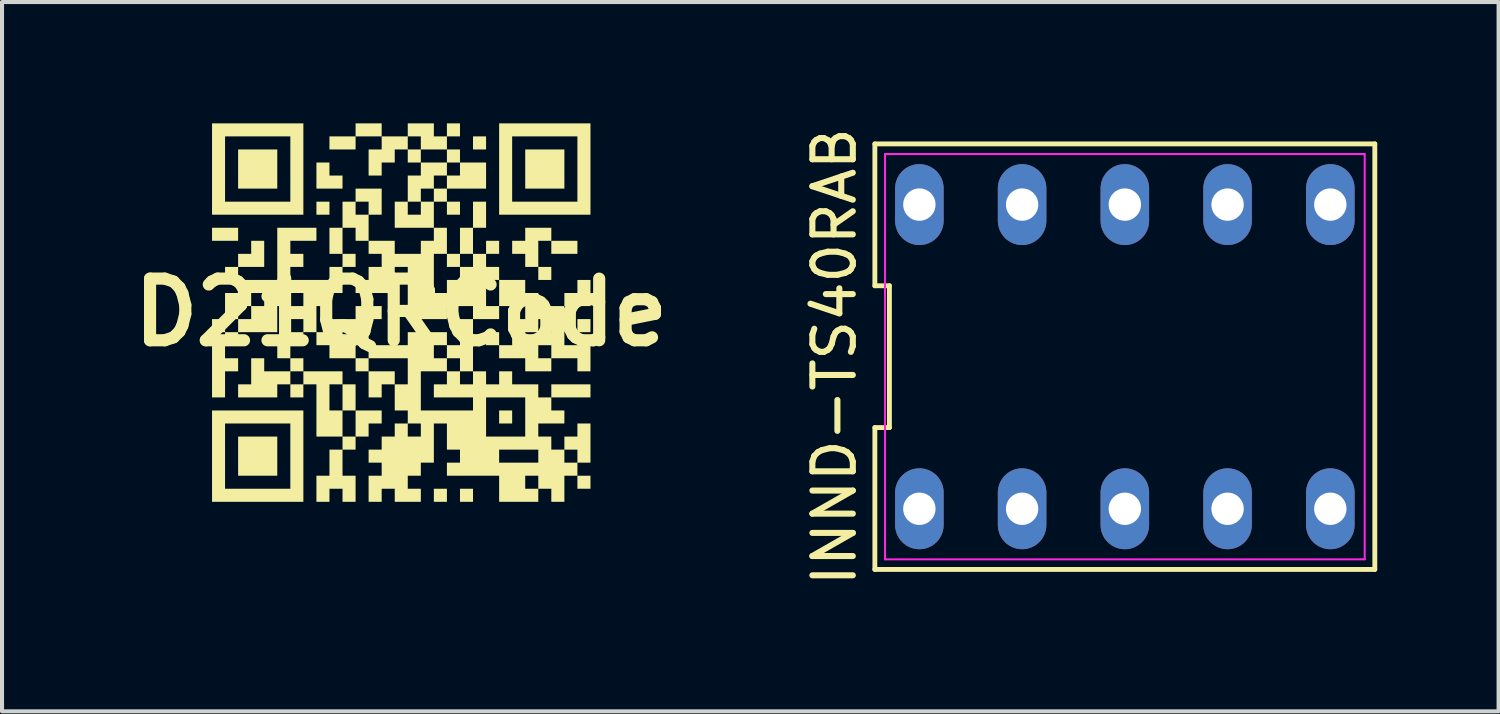
<source format=kicad_pcb>
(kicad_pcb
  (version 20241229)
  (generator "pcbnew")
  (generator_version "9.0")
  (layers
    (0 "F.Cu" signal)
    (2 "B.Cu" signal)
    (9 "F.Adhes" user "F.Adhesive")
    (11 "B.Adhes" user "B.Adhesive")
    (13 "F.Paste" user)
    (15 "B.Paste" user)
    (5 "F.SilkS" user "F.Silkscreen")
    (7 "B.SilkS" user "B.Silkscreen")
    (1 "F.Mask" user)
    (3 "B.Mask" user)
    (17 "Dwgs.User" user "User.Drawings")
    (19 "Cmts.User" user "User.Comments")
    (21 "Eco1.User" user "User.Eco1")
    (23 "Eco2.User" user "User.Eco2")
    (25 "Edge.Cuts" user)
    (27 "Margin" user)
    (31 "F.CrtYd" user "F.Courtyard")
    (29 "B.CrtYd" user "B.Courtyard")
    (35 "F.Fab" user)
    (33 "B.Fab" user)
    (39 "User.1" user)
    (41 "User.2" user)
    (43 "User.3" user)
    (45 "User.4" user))
  (footprint "D21QRCode"
    (layer "F.Cu")
    (at 6.865 4.673)
    (property "Reference" "D21QRCode" (at 0 0 0) (layer "F.SilkS") (effects (font (size 1.524 1.524) (thickness 0.3))))
    (attr board_only exclude_from_pos_files exclude_from_bom)
    (fp_poly (pts (xy -4.028 -1.77) (xy -4.673 -1.77) (xy -4.673 -2.092) (xy -4.028 -2.092)) (stroke (width 0) (type solid)) (fill yes) (layer "F.SilkS"))
    (fp_poly (pts (xy -4.028 -0.802) (xy -4.351 -0.802) (xy -4.351 -1.124) (xy -4.028 -1.124)) (stroke (width 0) (type solid)) (fill yes) (layer "F.SilkS"))
    (fp_poly (pts (xy -3.06 -3.06) (xy -4.028 -3.06) (xy -4.028 -4.028) (xy -3.06 -4.028)) (stroke (width 0) (type solid)) (fill yes) (layer "F.SilkS"))
    (fp_poly (pts (xy -3.06 4.038) (xy -4.028 4.038) (xy -4.028 3.07) (xy -3.06 3.07)) (stroke (width 0) (type solid)) (fill yes) (layer "F.SilkS"))
    (fp_poly (pts (xy -2.737 1.134) (xy -3.06 1.134) (xy -3.06 0.811) (xy -2.737 0.811)) (stroke (width 0) (type solid)) (fill yes) (layer "F.SilkS"))
    (fp_poly (pts (xy -2.415 0.811) (xy -2.737 0.811) (xy -2.737 0.489) (xy -2.415 0.489)) (stroke (width 0) (type solid)) (fill yes) (layer "F.SilkS"))
    (fp_poly (pts (xy -1.77 -2.415) (xy -2.092 -2.415) (xy -2.092 -2.737) (xy -1.77 -2.737)) (stroke (width 0) (type solid)) (fill yes) (layer "F.SilkS"))
    (fp_poly (pts (xy -1.124 -4.028) (xy -1.77 -4.028) (xy -1.77 -4.351) (xy -1.124 -4.351)) (stroke (width 0) (type solid)) (fill yes) (layer "F.SilkS"))
    (fp_poly (pts (xy -1.124 2.425) (xy -1.447 2.425) (xy -1.447 1.779) (xy -1.124 1.779)) (stroke (width 0) (type solid)) (fill yes) (layer "F.SilkS"))
    (fp_poly (pts (xy -1.124 3.393) (xy -1.447 3.393) (xy -1.447 3.07) (xy -1.124 3.07)) (stroke (width 0) (type solid)) (fill yes) (layer "F.SilkS"))
    (fp_poly (pts (xy -0.479 -4.351) (xy -1.124 -4.351) (xy -1.124 -4.673) (xy -0.479 -4.673)) (stroke (width 0) (type solid)) (fill yes) (layer "F.SilkS"))
    (fp_poly (pts (xy 1.134 4.683) (xy 0.811 4.683) (xy 0.811 4.36) (xy 1.134 4.36)) (stroke (width 0) (type solid)) (fill yes) (layer "F.SilkS"))
    (fp_poly (pts (xy 1.457 -4.351) (xy 1.134 -4.351) (xy 1.134 -4.673) (xy 1.457 -4.673)) (stroke (width 0) (type solid)) (fill yes) (layer "F.SilkS"))
    (fp_poly (pts (xy 1.457 -2.415) (xy 1.134 -2.415) (xy 1.134 -2.737) (xy 1.457 -2.737)) (stroke (width 0) (type solid)) (fill yes) (layer "F.SilkS"))
    (fp_poly (pts (xy 1.779 4.683) (xy 1.457 4.683) (xy 1.457 4.36) (xy 1.779 4.36)) (stroke (width 0) (type solid)) (fill yes) (layer "F.SilkS"))
    (fp_poly (pts (xy 2.102 -4.028) (xy 1.779 -4.028) (xy 1.779 -4.351) (xy 2.102 -4.351)) (stroke (width 0) (type solid)) (fill yes) (layer "F.SilkS"))
    (fp_poly (pts (xy 2.102 -2.092) (xy 1.779 -2.092) (xy 1.779 -2.737) (xy 2.102 -2.737)) (stroke (width 0) (type solid)) (fill yes) (layer "F.SilkS"))
    (fp_poly (pts (xy 2.425 -1.447) (xy 2.102 -1.447) (xy 2.102 -1.77) (xy 2.425 -1.77)) (stroke (width 0) (type solid)) (fill yes) (layer "F.SilkS"))
    (fp_poly (pts (xy 2.425 0.811) (xy 2.102 0.811) (xy 2.102 0.489) (xy 2.425 0.489)) (stroke (width 0) (type solid)) (fill yes) (layer "F.SilkS"))
    (fp_poly (pts (xy 2.747 2.747) (xy 2.425 2.747) (xy 2.425 2.425) (xy 2.747 2.425)) (stroke (width 0) (type solid)) (fill yes) (layer "F.SilkS"))
    (fp_poly (pts (xy 3.715 -0.802) (xy 3.393 -0.802) (xy 3.393 -1.124) (xy 3.715 -1.124)) (stroke (width 0) (type solid)) (fill yes) (layer "F.SilkS"))
    (fp_poly (pts (xy 4.038 -3.06) (xy 3.07 -3.06) (xy 3.07 -4.028) (xy 4.038 -4.028)) (stroke (width 0) (type solid)) (fill yes) (layer "F.SilkS"))
    (fp_poly (pts (xy 4.36 -1.447) (xy 3.715 -1.447) (xy 3.715 -1.77) (xy 4.36 -1.77)) (stroke (width 0) (type solid)) (fill yes) (layer "F.SilkS"))
    (fp_poly (pts (xy 4.683 0.489) (xy 4.36 0.489) (xy 4.36 0.166) (xy 4.683 0.166)) (stroke (width 0) (type solid)) (fill yes) (layer "F.SilkS"))
    (fp_poly (pts (xy 4.683 2.102) (xy 3.715 2.102) (xy 3.715 1.779) (xy 4.683 1.779)) (stroke (width 0) (type solid)) (fill yes) (layer "F.SilkS"))
    (fp_poly (pts (xy 4.683 4.36) (xy 4.36 4.36) (xy 4.36 4.038) (xy 4.683 4.038)) (stroke (width 0) (type solid)) (fill yes) (layer "F.SilkS"))
    (fp_poly (pts (xy -3.383 -1.124) (xy -4.028 -1.124) (xy -4.028 -1.447) (xy -3.705 -1.447) (xy -3.705 -1.77) (xy -3.383 -1.77)) (stroke (width 0) (type solid)) (fill yes) (layer "F.SilkS"))
    (fp_poly (pts (xy -1.77 -3.383) (xy -1.447 -3.383) (xy -1.447 -3.06) (xy -2.092 -3.06) (xy -2.092 -3.705) (xy -1.77 -3.705)) (stroke (width 0) (type solid)) (fill yes) (layer "F.SilkS"))
    (fp_poly (pts (xy -0.479 2.747) (xy -0.802 2.747) (xy -0.802 3.07) (xy -1.124 3.07) (xy -1.124 2.425) (xy -0.479 2.425)) (stroke (width 0) (type solid)) (fill yes) (layer "F.SilkS"))
    (fp_poly (pts (xy 4.683 -0.156) (xy 4.038 -0.156) (xy 4.038 -0.479) (xy 4.36 -0.479) (xy 4.36 -0.802) (xy 4.683 -0.802)) (stroke (width 0) (type solid)) (fill yes) (layer "F.SilkS"))
    (fp_poly (pts (xy -4.351 1.134) (xy -4.028 1.134) (xy -4.028 1.457) (xy -4.351 1.457) (xy -4.351 2.102) (xy -4.673 2.102) (xy -4.673 0.811) (xy -4.351 0.811)) (stroke (width 0) (type solid)) (fill yes) (layer "F.SilkS"))
    (fp_poly (pts (xy 3.715 -1.77) (xy 3.393 -1.77) (xy 3.393 -1.124) (xy 3.07 -1.124) (xy 3.07 -1.447) (xy 2.747 -1.447) (xy 2.747 -1.77) (xy 3.07 -1.77) (xy 3.07 -2.092) (xy 3.715 -2.092)) (stroke (width 0) (type solid)) (fill yes) (layer "F.SilkS"))
    (fp_poly (pts (xy -2.415 -2.415) (xy -4.673 -2.415) (xy -4.673 -2.737) (xy -4.351 -2.737) (xy -2.737 -2.737) (xy -2.737 -4.351) (xy -4.351 -4.351) (xy -4.351 -2.737) (xy -4.673 -2.737) (xy -4.673 -4.673) (xy -2.415 -4.673)) (stroke (width 0) (type solid)) (fill yes) (layer "F.SilkS"))
    (fp_poly (pts (xy -2.415 4.683) (xy -4.673 4.683) (xy -4.673 4.36) (xy -4.351 4.36) (xy -2.737 4.36) (xy -2.737 2.747) (xy -4.351 2.747) (xy -4.351 4.36) (xy -4.673 4.36) (xy -4.673 2.425) (xy -2.415 2.425)) (stroke (width 0) (type solid)) (fill yes) (layer "F.SilkS"))
    (fp_poly (pts (xy 4.683 -2.415) (xy 2.425 -2.415) (xy 2.425 -2.737) (xy 2.747 -2.737) (xy 4.36 -2.737) (xy 4.36 -4.351) (xy 2.747 -4.351) (xy 2.747 -2.737) (xy 2.425 -2.737) (xy 2.425 -4.673) (xy 4.683 -4.673)) (stroke (width 0) (type solid)) (fill yes) (layer "F.SilkS"))
    (fp_poly (pts (xy -1.447 4.038) (xy -1.124 4.038) (xy -1.124 4.683) (xy -1.447 4.683) (xy -1.447 4.36) (xy -1.77 4.36) (xy -1.77 4.683) (xy -2.092 4.683) (xy -2.092 4.038) (xy -1.77 4.038) (xy -1.77 3.393) (xy -1.447 3.393)) (stroke (width 0) (type solid)) (fill yes) (layer "F.SilkS"))
    (fp_poly (pts (xy -1.447 1.457) (xy -1.447 1.779) (xy -1.77 1.779) (xy -1.77 2.425) (xy -1.447 2.425) (xy -1.447 3.07) (xy -2.092 3.07) (xy -2.092 1.779) (xy -2.415 1.779) (xy -2.415 2.102) (xy -2.737 2.102) (xy -2.737 1.779) (xy -2.415 1.779) (xy -2.415 1.457) (xy -2.737 1.457) (xy -2.737 1.779) (xy -3.06 1.779) (xy -3.06 2.102) (xy -4.028 2.102) (xy -4.028 1.779) (xy -3.705 1.779) (xy -3.705 1.134) (xy -3.383 1.134) (xy -3.383 1.457) (xy -2.737 1.457) (xy -2.737 1.134) (xy -2.415 1.134) (xy -2.415 1.457)) (stroke (width 0) (type solid)) (fill yes) (layer "F.SilkS"))
    (fp_poly (pts (xy 3.07 -0.479) (xy 3.393 -0.479) (xy 3.393 -0.156) (xy 4.038 -0.156) (xy 4.038 0.811) (xy 4.683 0.811) (xy 4.683 1.457) (xy 4.36 1.457) (xy 4.36 1.134) (xy 3.715 1.134) (xy 3.715 1.457) (xy 3.07 1.457) (xy 3.07 1.134) (xy 3.393 1.134) (xy 3.715 1.134) (xy 3.715 0.811) (xy 3.393 0.811) (xy 3.393 1.134) (xy 3.07 1.134) (xy 2.425 1.134) (xy 2.425 0.811) (xy 2.747 0.811) (xy 3.07 0.811) (xy 3.393 0.811) (xy 3.393 0.489) (xy 3.715 0.489) (xy 3.715 0.166) (xy 3.393 0.166) (xy 3.393 0.489) (xy 3.07 0.489) (xy 3.07 0.811) (xy 2.747 0.811) (xy 2.747 0.166) (xy 3.07 0.166) (xy 3.07 -0.156) (xy 2.425 -0.156) (xy 2.425 -0.802) (xy 3.07 -0.802)) (stroke (width 0) (type solid)) (fill yes) (layer "F.SilkS"))
    (fp_poly (pts (xy 2.102 -3.705) (xy 2.102 -3.06) (xy 1.134 -3.06) (xy 1.134 -2.737) (xy 0.811 -2.737) (xy 0.811 -2.092) (xy -0.156 -2.092) (xy -0.156 -2.415) (xy 0.166 -2.415) (xy 0.489 -2.415) (xy 0.489 -2.737) (xy 0.811 -2.737) (xy 0.811 -3.06) (xy 1.134 -3.06) (xy 1.134 -3.383) (xy 1.457 -3.383) (xy 1.457 -3.705) (xy 1.134 -3.705) (xy 1.134 -3.383) (xy 0.811 -3.383) (xy 0.811 -3.06) (xy 0.489 -3.06) (xy 0.489 -2.737) (xy 0.166 -2.737) (xy 0.166 -2.415) (xy -0.156 -2.415) (xy -0.156 -2.737) (xy 0.166 -2.737) (xy 0.166 -3.383) (xy 0.489 -3.383) (xy 0.489 -3.705) (xy 1.134 -3.705) (xy 1.134 -4.028) (xy 0.489 -4.028) (xy 0.489 -3.705) (xy 0.166 -3.705) (xy 0.166 -4.028) (xy 0.489 -4.028) (xy 0.489 -4.351) (xy 0.166 -4.351) (xy 0.166 -4.028) (xy -0.156 -4.028) (xy -0.156 -3.705) (xy -0.479 -3.705) (xy -0.479 -3.383) (xy -0.802 -3.383) (xy -0.802 -4.028) (xy -0.479 -4.028) (xy -0.479 -4.351) (xy 0.166 -4.351) (xy 0.166 -4.673) (xy 0.811 -4.673) (xy 0.811 -4.351) (xy 1.134 -4.351) (xy 1.134 -4.028) (xy 1.457 -4.028) (xy 1.457 -3.705)) (stroke (width 0) (type solid)) (fill yes) (layer "F.SilkS"))
    (fp_poly (pts (xy 2.102 1.457) (xy 2.102 1.779) (xy 2.425 1.779) (xy 2.425 1.457) (xy 2.747 1.457) (xy 2.747 1.779) (xy 3.393 1.779) (xy 3.393 2.102) (xy 3.715 2.102) (xy 3.715 2.425) (xy 4.038 2.425) (xy 4.038 2.747) (xy 3.393 2.747) (xy 3.393 3.07) (xy 3.715 3.07) (xy 3.715 3.393) (xy 4.038 3.393) (xy 4.038 3.07) (xy 4.36 3.07) (xy 4.36 2.747) (xy 4.683 2.747) (xy 4.683 3.715) (xy 4.36 3.715) (xy 4.36 4.038) (xy 4.038 4.038) (xy 4.038 4.683) (xy 3.715 4.683) (xy 3.715 4.36) (xy 3.393 4.36) (xy 3.393 4.683) (xy 2.425 4.683) (xy 2.425 4.36) (xy 3.07 4.36) (xy 3.393 4.36) (xy 3.393 4.038) (xy 3.07 4.038) (xy 3.07 4.36) (xy 2.425 4.36) (xy 2.425 4.038) (xy 1.134 4.038) (xy 1.134 3.715) (xy 1.457 3.715) (xy 2.425 3.715) (xy 3.393 3.715) (xy 4.038 3.715) (xy 4.36 3.715) (xy 4.36 3.393) (xy 4.038 3.393) (xy 4.038 3.715) (xy 3.393 3.715) (xy 3.393 3.393) (xy 2.425 3.393) (xy 2.425 3.715) (xy 1.457 3.715) (xy 1.457 3.393) (xy 1.134 3.393) (xy 1.134 3.07) (xy 2.102 3.07) (xy 3.07 3.07) (xy 3.07 2.102) (xy 2.102 2.102) (xy 2.102 3.07) (xy 1.134 3.07) (xy 1.134 2.747) (xy 0.811 2.747) (xy 0.811 3.715) (xy 0.489 3.715) (xy 0.489 4.038) (xy 0.166 4.038) (xy 0.166 4.36) (xy 0.489 4.36) (xy 0.489 4.683) (xy -0.156 4.683) (xy -0.156 4.36) (xy -0.479 4.36) (xy -0.479 4.683) (xy -0.802 4.683) (xy -0.802 4.038) (xy -0.479 4.038) (xy -0.479 3.715) (xy -0.802 3.715) (xy -0.802 3.393) (xy -0.479 3.393) (xy -0.479 3.07) (xy -0.156 3.07) (xy 0.166 3.07) (xy 0.489 3.07) (xy 0.489 2.747) (xy 0.166 2.747) (xy 0.166 3.07) (xy -0.156 3.07) (xy -0.156 2.747) (xy 0.166 2.747) (xy 0.166 2.425) (xy 0.489 2.425) (xy 1.779 2.425) (xy 1.779 2.102) (xy 0.811 2.102) (xy 0.811 1.779) (xy 1.134 1.779) (xy 1.457 1.779) (xy 1.779 1.779) (xy 1.779 1.457) (xy 1.457 1.457) (xy 1.457 1.779) (xy 1.134 1.779) (xy 1.134 1.457) (xy 1.457 1.457) (xy 1.457 1.134) (xy 1.134 1.134) (xy 1.134 1.457) (xy 0.489 1.457) (xy 0.489 2.425) (xy 0.166 2.425) (xy -0.156 2.425) (xy -0.156 1.779) (xy -0.479 1.779) (xy -0.479 2.102) (xy -0.802 2.102) (xy -0.802 1.457) (xy -0.156 1.457) (xy -0.156 1.779) (xy 0.166 1.779) (xy 0.166 1.134) (xy 0.811 1.134) (xy 1.134 1.134) (xy 1.134 0.811) (xy 0.811 0.811) (xy 0.811 1.134) (xy 0.166 1.134) (xy -0.802 1.134) (xy -0.802 1.457) (xy -1.124 1.457) (xy -1.124 1.134) (xy -0.802 1.134) (xy -0.802 0.811) (xy -1.124 0.811) (xy -1.124 1.134) (xy -1.77 1.134) (xy -1.77 0.811) (xy -1.447 0.811) (xy -1.124 0.811) (xy -1.124 0.489) (xy -1.447 0.489) (xy -1.447 0.811) (xy -1.77 0.811) (xy -2.092 0.811) (xy -2.092 0.489) (xy -1.77 0.489) (xy -1.77 0.166) (xy -1.124 0.166) (xy -1.124 -0.156) (xy -0.479 -0.156) (xy -0.479 0.166) (xy -0.802 0.166) (xy -0.802 0.811) (xy 0.166 0.811) (xy 0.166 0.489) (xy 1.134 0.489) (xy 1.134 0.811) (xy 1.457 0.811) (xy 1.457 0.166) (xy 1.779 0.166) (xy 1.779 -0.156) (xy 1.134 -0.156) (xy 1.134 0.166) (xy 0.166 0.166) (xy 0.166 -0.479) (xy 0.811 -0.479) (xy 1.134 -0.479) (xy 1.134 -0.802) (xy 1.457 -0.802) (xy 1.457 -1.124) (xy 1.779 -1.124) (xy 1.779 -1.447) (xy 1.457 -1.447) (xy 1.457 -1.124) (xy 1.134 -1.124) (xy 1.134 -1.447) (xy 0.811 -1.447) (xy 0.811 -0.479) (xy 0.166 -0.479) (xy 0.166 -1.124) (xy -0.156 -1.124) (xy -0.156 -0.479) (xy -1.124 -0.479) (xy -1.124 -0.802) (xy -0.802 -0.802) (xy -0.802 -1.124) (xy -0.479 -1.124) (xy -0.479 -1.447) (xy -0.802 -1.447) (xy -0.802 -1.77) (xy -1.124 -1.77) (xy -1.124 -2.092) (xy -1.447 -2.092) (xy -1.447 -1.447) (xy -1.124 -1.447) (xy -1.124 -1.124) (xy -1.447 -1.124) (xy -1.447 -0.479) (xy -1.77 -0.479) (xy -1.77 -0.156) (xy -2.092 -0.156) (xy -2.092 0.489) (xy -2.415 0.489) (xy -2.415 0.166) (xy -2.737 0.166) (xy -2.737 -0.156) (xy -2.415 -0.156) (xy -2.415 -0.479) (xy -2.737 -0.479) (xy -2.737 -0.156) (xy -3.06 -0.156) (xy -3.06 0.489) (xy -4.028 0.489) (xy -4.028 0.811) (xy -4.351 0.811) (xy -4.351 0.489) (xy -4.028 0.489) (xy -4.028 0.166) (xy -3.705 0.166) (xy -3.705 -0.156) (xy -3.383 -0.156) (xy -3.383 -0.479) (xy -3.06 -0.479) (xy -2.737 -0.479) (xy -2.737 -0.802) (xy -3.06 -0.802) (xy -3.06 -0.479) (xy -3.383 -0.479) (xy -3.705 -0.479) (xy -3.705 -0.156) (xy -4.028 -0.156) (xy -4.028 0.166) (xy -4.351 0.166) (xy -4.351 0.489) (xy -4.673 0.489) (xy -4.673 0.166) (xy -4.351 0.166) (xy -4.351 -0.479) (xy -4.028 -0.479) (xy -4.028 -0.802) (xy -3.06 -0.802) (xy -3.06 -2.092) (xy -2.092 -2.092) (xy -2.092 -1.77) (xy -2.737 -1.77) (xy -2.737 -1.447) (xy -2.415 -1.447) (xy -2.415 -1.124) (xy -2.737 -1.124) (xy -2.737 -0.802) (xy -1.77 -0.802) (xy -1.77 -1.124) (xy -1.447 -1.124) (xy -1.447 -1.447) (xy -1.77 -1.447) (xy -1.77 -2.092) (xy -1.447 -2.092) (xy -1.447 -2.415) (xy -1.124 -2.415) (xy -0.802 -2.415) (xy -0.802 -2.737) (xy -1.124 -2.737) (xy -1.124 -2.415) (xy -1.447 -2.415) (xy -1.447 -2.737) (xy -1.124 -2.737) (xy -1.124 -3.06) (xy -0.479 -3.06) (xy -0.479 -2.415) (xy -0.802 -2.415) (xy -0.802 -1.77) (xy -0.156 -1.77) (xy -0.156 -1.447) (xy 0.489 -1.447) (xy 0.489 -1.77) (xy 0.811 -1.77) (xy 0.811 -2.092) (xy 1.134 -2.092) (xy 1.134 -1.447) (xy 1.457 -1.447) (xy 1.457 -2.092) (xy 1.779 -2.092) (xy 1.779 -1.447) (xy 2.102 -1.447) (xy 2.102 -1.124) (xy 2.425 -1.124) (xy 2.425 -0.802) (xy 2.102 -0.802) (xy 2.102 -0.156) (xy 2.425 -0.156) (xy 2.425 0.166) (xy 1.779 0.166) (xy 1.779 1.457)) (stroke (width 0) (type solid)) (fill yes) (layer "F.SilkS")))
  (footprint "INND-TS40RAB"
    (layer "F.Cu")
    (at 24.759 5.768)
    (property "Reference" "INND-TS40RAB" (at -7.18 0 90) (layer "F.SilkS") (effects (font (size 1 1) (thickness 0.15))))
    (fp_line (start -6.18 -5.26) (end -6.18 -1.753) (stroke (width 0.12) (type solid)) (layer "F.SilkS"))
    (fp_line (start -6.18 -1.753) (end -5.82 -1.753) (stroke (width 0.12) (type solid)) (layer "F.SilkS"))
    (fp_line (start -6.18 1.753) (end -6.18 5.26) (stroke (width 0.12) (type solid)) (layer "F.SilkS"))
    (fp_line (start -6.18 5.26) (end 6.18 5.26) (stroke (width 0.12) (type solid)) (layer "F.SilkS"))
    (fp_line (start -5.82 -1.753) (end -5.82 1.753) (stroke (width 0.12) (type solid)) (layer "F.SilkS"))
    (fp_line (start -5.82 1.753) (end -6.18 1.753) (stroke (width 0.12) (type solid)) (layer "F.SilkS"))
    (fp_line (start 6.18 -5.26) (end -6.18 -5.26) (stroke (width 0.12) (type solid)) (layer "F.SilkS"))
    (fp_line (start 6.18 5.26) (end 6.18 -5.26) (stroke (width 0.12) (type solid)) (layer "F.SilkS"))
    (fp_line (start -5.93 -5.01) (end 5.93 -5.01) (stroke (width 0.05) (type solid)) (layer "F.CrtYd"))
    (fp_line (start -5.93 5.01) (end -5.93 -5.01) (stroke (width 0.05) (type solid)) (layer "F.CrtYd"))
    (fp_line (start 5.93 -5.01) (end 5.93 5.01) (stroke (width 0.05) (type solid)) (layer "F.CrtYd"))
    (fp_line (start 5.93 5.01) (end -5.93 5.01) (stroke (width 0.05) (type solid)) (layer "F.CrtYd"))
    (pad "1" thru_hole oval (at -5.08 3.76) (size 1.2 2) (drill 0.8) (layers "*.Cu" "*.Mask"))
    (pad "2" thru_hole oval (at -2.54 3.76) (size 1.2 2) (drill 0.8) (layers "*.Cu" "*.Mask"))
    (pad "3" thru_hole oval (at 0 3.76) (size 1.2 2) (drill 0.8) (layers "*.Cu" "*.Mask"))
    (pad "4" thru_hole oval (at 2.54 3.76) (size 1.2 2) (drill 0.8) (layers "*.Cu" "*.Mask"))
    (pad "5" thru_hole oval (at 5.08 3.76) (size 1.2 2) (drill 0.8) (layers "*.Cu" "*.Mask"))
    (pad "6" thru_hole oval (at 5.08 -3.76) (size 1.2 2) (drill 0.8) (layers "*.Cu" "*.Mask"))
    (pad "7" thru_hole oval (at 2.54 -3.76) (size 1.2 2) (drill 0.8) (layers "*.Cu" "*.Mask"))
    (pad "8" thru_hole oval (at 0 -3.76) (size 1.2 2) (drill 0.8) (layers "*.Cu" "*.Mask"))
    (pad "9" thru_hole oval (at -2.54 -3.76) (size 1.2 2) (drill 0.8) (layers "*.Cu" "*.Mask"))
    (pad "10" thru_hole oval (at -5.08 -3.76) (size 1.2 2) (drill 0.8) (layers "*.Cu" "*.Mask")))
  (gr_rect
    (start -3 -3)
    (end 33.999 14.536)
    (stroke (width 0.1) (type default))
    (fill no)
    (layer "Edge.Cuts")))
</source>
